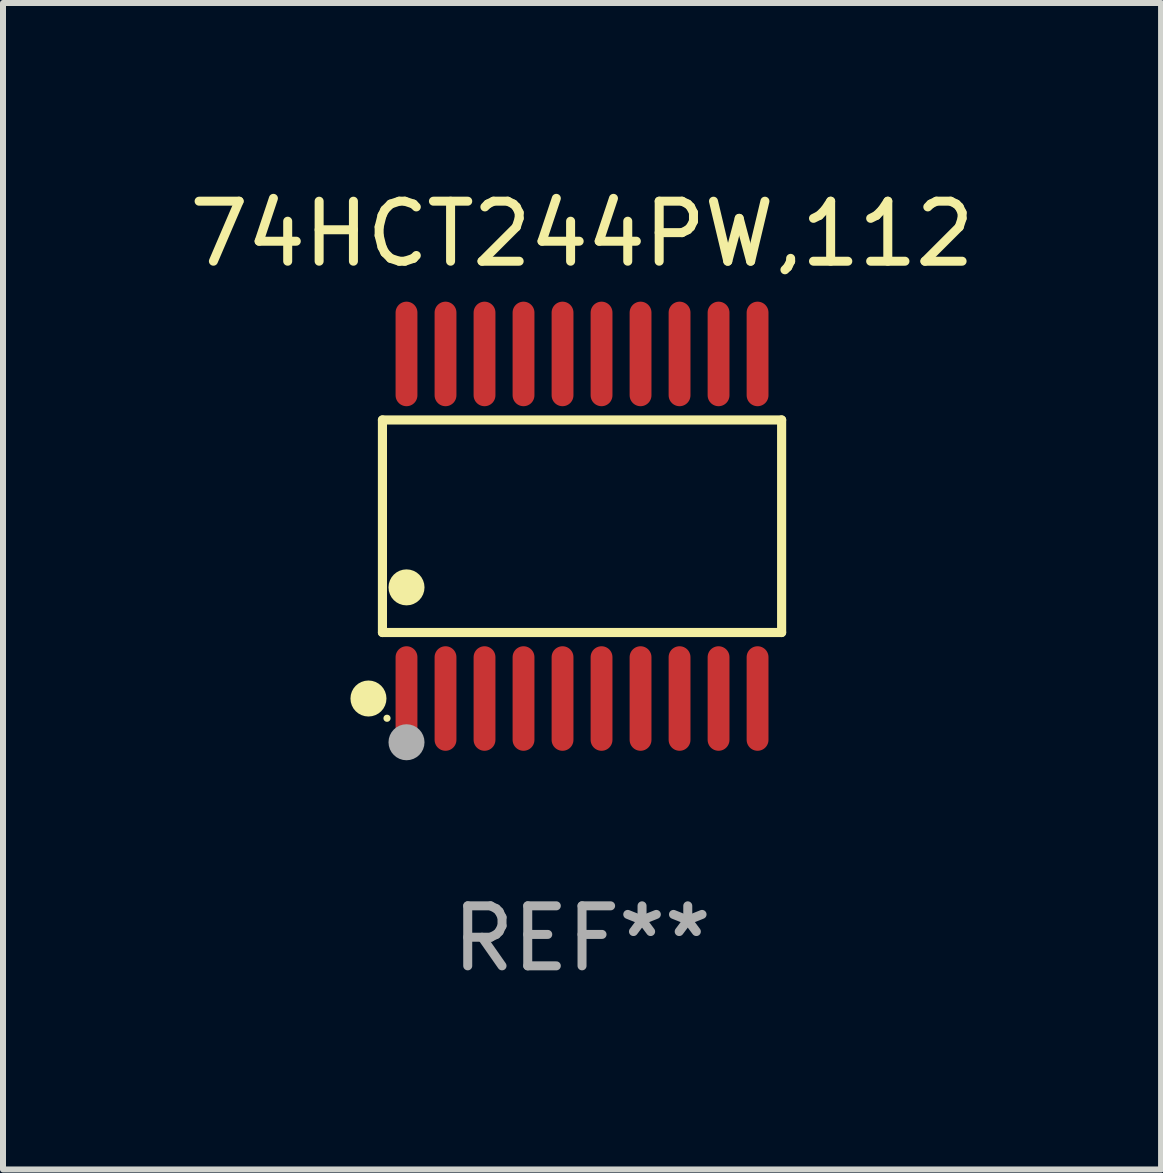
<source format=kicad_pcb>
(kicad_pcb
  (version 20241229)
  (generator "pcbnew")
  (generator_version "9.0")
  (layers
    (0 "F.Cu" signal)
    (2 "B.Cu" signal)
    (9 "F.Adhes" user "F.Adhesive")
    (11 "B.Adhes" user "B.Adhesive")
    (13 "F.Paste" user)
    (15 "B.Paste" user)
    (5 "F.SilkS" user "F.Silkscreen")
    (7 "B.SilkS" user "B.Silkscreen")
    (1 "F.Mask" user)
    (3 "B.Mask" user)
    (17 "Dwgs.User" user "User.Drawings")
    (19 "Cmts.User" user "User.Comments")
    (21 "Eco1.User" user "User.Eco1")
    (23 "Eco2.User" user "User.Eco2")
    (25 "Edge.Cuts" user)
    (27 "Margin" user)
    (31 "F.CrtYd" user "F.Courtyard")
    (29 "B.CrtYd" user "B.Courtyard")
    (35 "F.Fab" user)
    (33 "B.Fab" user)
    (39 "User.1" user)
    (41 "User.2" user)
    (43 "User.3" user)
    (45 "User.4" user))
  (footprint "74HCT244PW,112"
    (layer "F.Cu")
    (at 6.649 5.719)
    (property "Reference" "74HCT244PW,112" (at 0 -4.871 0) (layer "F.SilkS") (effects (font (size 1 1) (thickness 0.15))))
    (attr through_hole)
    (fp_line (start -3.326 -1.771) (end 3.326 -1.771) (stroke (width 0.152) (type solid)) (layer "F.SilkS"))
    (fp_line (start -3.326 1.771) (end -3.326 -1.771) (stroke (width 0.152) (type solid)) (layer "F.SilkS"))
    (fp_line (start 3.326 -1.771) (end 3.326 1.771) (stroke (width 0.152) (type solid)) (layer "F.SilkS"))
    (fp_line (start 3.326 1.771) (end -3.326 1.771) (stroke (width 0.152) (type solid)) (layer "F.SilkS"))
    (fp_circle (center -3.559 2.871) (end -3.409 2.871) (stroke (width 0.3) (type solid)) (fill no) (layer "F.SilkS"))
    (fp_circle (center -3.25 3.2) (end -3.22 3.2) (stroke (width 0.06) (type solid)) (fill no) (layer "F.SilkS"))
    (fp_circle (center -2.925 1.019) (end -2.775 1.019) (stroke (width 0.3) (type solid)) (fill no) (layer "F.SilkS"))
    (fp_circle (center -2.925 3.6) (end -2.775 3.6) (stroke (width 0.3) (type solid)) (fill no) (layer "F.Fab"))
    (fp_text user "REF**" (at 0 6.871 0) (layer "F.Fab") (effects (font (size 1 1) (thickness 0.15))))
    (pad "1" smd oval (at -2.925 2.871) (size 0.364 1.742) (layers "F.Cu" "F.Mask" "F.Paste"))
    (pad "2" smd oval (at -2.275 2.871) (size 0.364 1.742) (layers "F.Cu" "F.Mask" "F.Paste"))
    (pad "3" smd oval (at -1.625 2.871) (size 0.364 1.742) (layers "F.Cu" "F.Mask" "F.Paste"))
    (pad "4" smd oval (at -0.975 2.871) (size 0.364 1.742) (layers "F.Cu" "F.Mask" "F.Paste"))
    (pad "5" smd oval (at -0.325 2.871) (size 0.364 1.742) (layers "F.Cu" "F.Mask" "F.Paste"))
    (pad "6" smd oval (at 0.325 2.871) (size 0.364 1.742) (layers "F.Cu" "F.Mask" "F.Paste"))
    (pad "7" smd oval (at 0.975 2.871) (size 0.364 1.742) (layers "F.Cu" "F.Mask" "F.Paste"))
    (pad "8" smd oval (at 1.625 2.871) (size 0.364 1.742) (layers "F.Cu" "F.Mask" "F.Paste"))
    (pad "9" smd oval (at 2.275 2.871) (size 0.364 1.742) (layers "F.Cu" "F.Mask" "F.Paste"))
    (pad "10" smd oval (at 2.925 2.871) (size 0.364 1.742) (layers "F.Cu" "F.Mask" "F.Paste"))
    (pad "11" smd oval (at 2.925 -2.871) (size 0.364 1.742) (layers "F.Cu" "F.Mask" "F.Paste"))
    (pad "12" smd oval (at 2.275 -2.871) (size 0.364 1.742) (layers "F.Cu" "F.Mask" "F.Paste"))
    (pad "13" smd oval (at 1.625 -2.871) (size 0.364 1.742) (layers "F.Cu" "F.Mask" "F.Paste"))
    (pad "14" smd oval (at 0.975 -2.871) (size 0.364 1.742) (layers "F.Cu" "F.Mask" "F.Paste"))
    (pad "15" smd oval (at 0.325 -2.871) (size 0.364 1.742) (layers "F.Cu" "F.Mask" "F.Paste"))
    (pad "16" smd oval (at -0.325 -2.871) (size 0.364 1.742) (layers "F.Cu" "F.Mask" "F.Paste"))
    (pad "17" smd oval (at -0.975 -2.871) (size 0.364 1.742) (layers "F.Cu" "F.Mask" "F.Paste"))
    (pad "18" smd oval (at -1.625 -2.871) (size 0.364 1.742) (layers "F.Cu" "F.Mask" "F.Paste"))
    (pad "19" smd oval (at -2.275 -2.871) (size 0.364 1.742) (layers "F.Cu" "F.Mask" "F.Paste"))
    (pad "20" smd oval (at -2.925 -2.871) (size 0.364 1.742) (layers "F.Cu" "F.Mask" "F.Paste")))
  (gr_rect
    (start -3 -3)
    (end 16.298 16.438)
    (stroke (width 0.1) (type default))
    (fill no)
    (layer "Edge.Cuts")))
</source>
